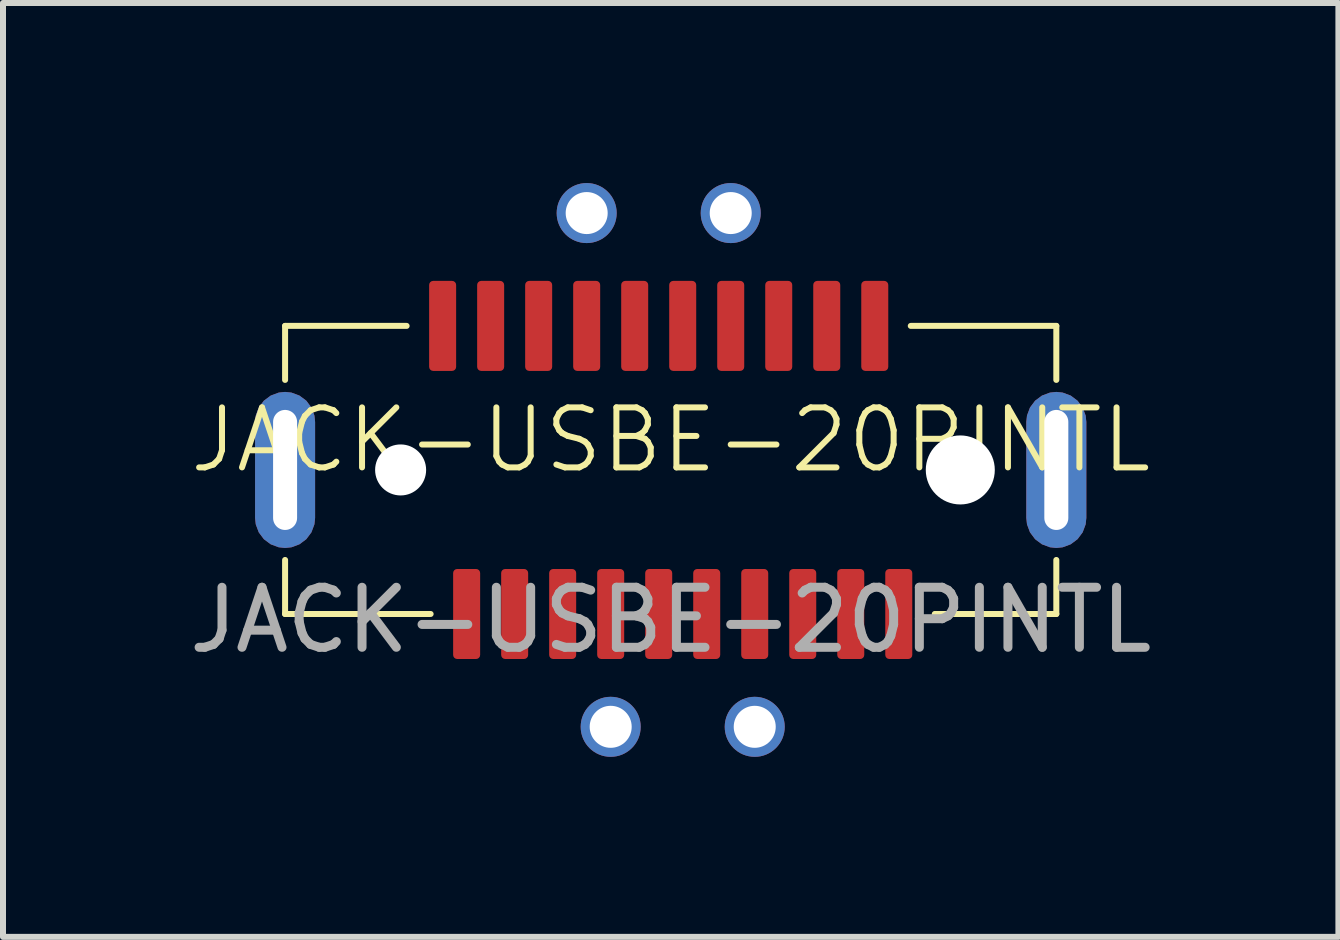
<source format=kicad_pcb>
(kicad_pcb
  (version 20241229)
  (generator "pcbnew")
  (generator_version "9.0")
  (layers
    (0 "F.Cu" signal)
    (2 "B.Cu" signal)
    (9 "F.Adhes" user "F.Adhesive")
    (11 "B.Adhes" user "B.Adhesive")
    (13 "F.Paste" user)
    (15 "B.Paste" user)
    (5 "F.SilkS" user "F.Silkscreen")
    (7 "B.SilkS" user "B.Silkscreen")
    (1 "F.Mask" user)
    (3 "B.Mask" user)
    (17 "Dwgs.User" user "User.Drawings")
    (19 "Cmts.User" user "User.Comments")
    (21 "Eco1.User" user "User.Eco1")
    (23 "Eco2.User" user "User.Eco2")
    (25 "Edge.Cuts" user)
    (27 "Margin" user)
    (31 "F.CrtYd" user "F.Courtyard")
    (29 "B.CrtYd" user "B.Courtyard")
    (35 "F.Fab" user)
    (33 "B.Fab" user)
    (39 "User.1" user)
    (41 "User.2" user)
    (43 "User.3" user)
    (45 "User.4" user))
  (footprint "JACK-USBE-20PINTL"
    (layer "F.Cu")
    (at 8.125 4.78)
    (property "Reference" "JACK-USBE-20PINTL" (at 0 -0.5 0) (unlocked yes) (layer "F.SilkS") (effects (font (size 1 1) (thickness 0.1))))
    (attr smd)
    (fp_line (start -6.425 -2.4) (end -6.425 -1.5) (stroke (width 0.1) (type solid)) (layer "F.SilkS"))
    (fp_line (start -6.425 2.4) (end -6.425 1.5) (stroke (width 0.1) (type solid)) (layer "F.SilkS"))
    (fp_line (start -4.4 -2.4) (end -6.425 -2.4) (stroke (width 0.1) (type solid)) (layer "F.SilkS"))
    (fp_line (start -4 2.4) (end -6.425 2.4) (stroke (width 0.1) (type solid)) (layer "F.SilkS"))
    (fp_line (start 4 -2.4) (end 6.425 -2.4) (stroke (width 0.1) (type solid)) (layer "F.SilkS"))
    (fp_line (start 6.425 -2.4) (end 6.425 -1.5) (stroke (width 0.1) (type solid)) (layer "F.SilkS"))
    (fp_line (start 6.425 1.5) (end 6.425 2.4) (stroke (width 0.1) (type solid)) (layer "F.SilkS"))
    (fp_line (start 6.425 2.4) (end 4.4 2.4) (stroke (width 0.1) (type solid)) (layer "F.SilkS"))
    (fp_text user "${REFERENCE}" (at 0 2.5 0) (unlocked yes) (layer "F.Fab") (effects (font (size 1 1) (thickness 0.15))))
    (pad "" np_thru_hole circle (at -4.5 0) (size 0.85 0.85) (drill 0.85) (layers "*.Cu" "*.Mask"))
    (pad "" np_thru_hole circle (at 4.825 0) (size 1.15 1.15) (drill 1.15) (layers "*.Cu" "*.Mask"))
    (pad "1" smd roundrect (at 3.8 2.4) (size 0.45 1.5) (layers "F.Cu" "F.Mask" "F.Paste") (roundrect_rratio 0.15))
    (pad "2" smd roundrect (at 3 2.4) (size 0.45 1.5) (layers "F.Cu" "F.Mask" "F.Paste") (roundrect_rratio 0.15))
    (pad "3" smd roundrect (at 2.2 2.4) (size 0.45 1.5) (layers "F.Cu" "F.Mask" "F.Paste") (roundrect_rratio 0.15))
    (pad "4" smd roundrect (at 1.4 2.4) (size 0.45 1.5) (layers "F.Cu" "F.Mask" "F.Paste") (roundrect_rratio 0.15))
    (pad "5" smd roundrect (at 0.6 2.4) (size 0.45 1.5) (layers "F.Cu" "F.Mask" "F.Paste") (roundrect_rratio 0.15))
    (pad "6" smd roundrect (at -0.2 2.4) (size 0.45 1.5) (layers "F.Cu" "F.Mask" "F.Paste") (roundrect_rratio 0.15))
    (pad "7" smd roundrect (at -1 2.4) (size 0.45 1.5) (layers "F.Cu" "F.Mask" "F.Paste") (roundrect_rratio 0.15))
    (pad "8" smd roundrect (at -1.8 2.4) (size 0.45 1.5) (layers "F.Cu" "F.Mask" "F.Paste") (roundrect_rratio 0.15))
    (pad "9" smd roundrect (at -2.6 2.4) (size 0.45 1.5) (layers "F.Cu" "F.Mask" "F.Paste") (roundrect_rratio 0.15))
    (pad "10" smd roundrect (at -3.4 2.4) (size 0.45 1.5) (layers "F.Cu" "F.Mask" "F.Paste") (roundrect_rratio 0.15))
    (pad "11" smd roundrect (at -3.8 -2.4) (size 0.45 1.5) (layers "F.Cu" "F.Mask" "F.Paste") (roundrect_rratio 0.15))
    (pad "12" smd roundrect (at -3 -2.4) (size 0.45 1.5) (layers "F.Cu" "F.Mask" "F.Paste") (roundrect_rratio 0.15))
    (pad "13" smd roundrect (at -2.2 -2.4) (size 0.45 1.5) (layers "F.Cu" "F.Mask" "F.Paste") (roundrect_rratio 0.15))
    (pad "14" smd roundrect (at -1.4 -2.4) (size 0.45 1.5) (layers "F.Cu" "F.Mask" "F.Paste") (roundrect_rratio 0.15))
    (pad "15" smd roundrect (at -0.6 -2.4) (size 0.45 1.5) (layers "F.Cu" "F.Mask" "F.Paste") (roundrect_rratio 0.15))
    (pad "16" smd roundrect (at 0.2 -2.4) (size 0.45 1.5) (layers "F.Cu" "F.Mask" "F.Paste") (roundrect_rratio 0.15))
    (pad "17" smd roundrect (at 1 -2.4) (size 0.45 1.5) (layers "F.Cu" "F.Mask" "F.Paste") (roundrect_rratio 0.15))
    (pad "18" smd roundrect (at 1.8 -2.4) (size 0.45 1.5) (layers "F.Cu" "F.Mask" "F.Paste") (roundrect_rratio 0.15))
    (pad "19" smd roundrect (at 2.6 -2.4) (size 0.45 1.5) (layers "F.Cu" "F.Mask" "F.Paste") (roundrect_rratio 0.15))
    (pad "20" smd roundrect (at 3.4 -2.4) (size 0.45 1.5) (layers "F.Cu" "F.Mask" "F.Paste") (roundrect_rratio 0.15))
    (pad "SH" thru_hole roundrect (at -6.425 0) (size 1 2.6) (drill oval 0.4 2) (layers "*.Cu" "*.Mask") (roundrect_rratio 0.5))
    (pad "SH" thru_hole circle (at -1.4 -4.28) (size 1 1) (drill 0.7) (layers "*.Cu" "*.Mask"))
    (pad "SH" thru_hole circle (at -1 4.28) (size 1 1) (drill 0.7) (layers "*.Cu" "*.Mask"))
    (pad "SH" thru_hole circle (at 1 -4.28) (size 1 1) (drill 0.7) (layers "*.Cu" "*.Mask"))
    (pad "SH" thru_hole circle (at 1.4 4.28) (size 1 1) (drill 0.7) (layers "*.Cu" "*.Mask"))
    (pad "SH" thru_hole roundrect (at 6.425 0) (size 1 2.6) (drill oval 0.4 2) (layers "*.Cu" "*.Mask") (roundrect_rratio 0.5)))
  (gr_rect
    (start -3 -3)
    (end 19.25 12.56)
    (stroke (width 0.1) (type default))
    (fill no)
    (layer "Edge.Cuts")))
</source>
